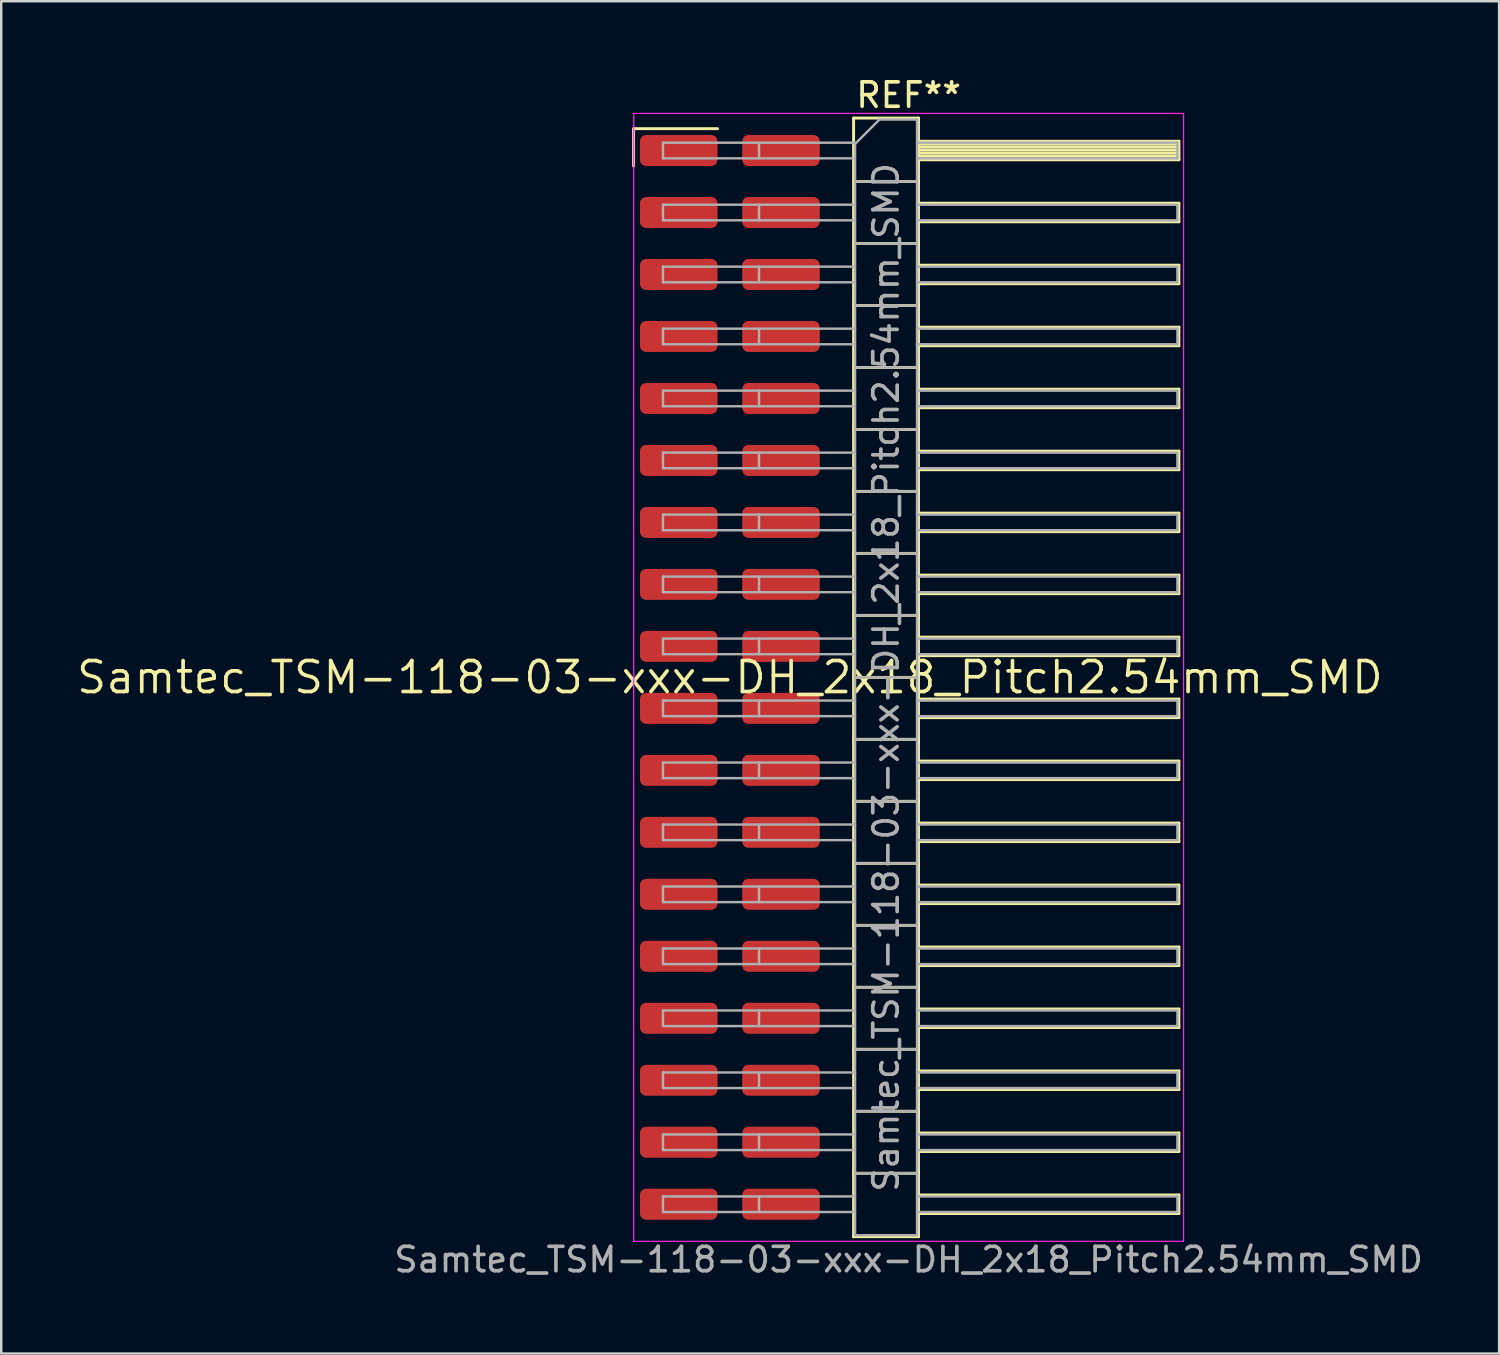
<source format=kicad_pcb>
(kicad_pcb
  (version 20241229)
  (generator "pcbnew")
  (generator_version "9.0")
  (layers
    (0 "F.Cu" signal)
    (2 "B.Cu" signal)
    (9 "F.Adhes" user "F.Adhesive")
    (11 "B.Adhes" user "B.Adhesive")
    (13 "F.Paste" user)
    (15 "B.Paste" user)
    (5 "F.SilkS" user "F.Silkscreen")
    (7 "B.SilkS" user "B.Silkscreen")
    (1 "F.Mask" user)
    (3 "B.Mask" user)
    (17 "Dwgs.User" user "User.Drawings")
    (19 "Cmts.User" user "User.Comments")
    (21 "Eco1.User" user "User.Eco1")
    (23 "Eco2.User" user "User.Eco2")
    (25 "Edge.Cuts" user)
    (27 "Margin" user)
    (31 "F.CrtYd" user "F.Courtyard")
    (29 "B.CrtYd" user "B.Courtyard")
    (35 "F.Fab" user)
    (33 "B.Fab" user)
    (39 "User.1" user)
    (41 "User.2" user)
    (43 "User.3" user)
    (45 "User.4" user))
  (footprint "Samtec_TSM-118-03-xxx-DH_2x18_Pitch2.54mm_SMD"
    (layer "F.Cu")
    (at 26.859 24.708)
    (property "Reference" "Samtec_TSM-118-03-xxx-DH_2x18_Pitch2.54mm_SMD" (at 0 0 0) (layer "F.SilkS") (effects (font (size 1.27 1.27) (thickness 0.15))))
    (attr smd)
    (fp_line (start -3.945 -22.485) (end -0.505 -22.485) (stroke (width 0.12) (type solid)) (layer "F.SilkS"))
    (fp_line (start -3.945 -20.955) (end -3.945 -22.485) (stroke (width 0.12) (type solid)) (layer "F.SilkS"))
    (fp_line (start 5.07 -22.92) (end 7.73 -22.92) (stroke (width 0.12) (type solid)) (layer "F.SilkS"))
    (fp_line (start 5.07 -20.32) (end 7.73 -20.32) (stroke (width 0.12) (type solid)) (layer "F.SilkS"))
    (fp_line (start 5.07 -17.78) (end 7.73 -17.78) (stroke (width 0.12) (type solid)) (layer "F.SilkS"))
    (fp_line (start 5.07 -15.24) (end 7.73 -15.24) (stroke (width 0.12) (type solid)) (layer "F.SilkS"))
    (fp_line (start 5.07 -12.7) (end 7.73 -12.7) (stroke (width 0.12) (type solid)) (layer "F.SilkS"))
    (fp_line (start 5.07 -10.16) (end 7.73 -10.16) (stroke (width 0.12) (type solid)) (layer "F.SilkS"))
    (fp_line (start 5.07 -7.62) (end 7.73 -7.62) (stroke (width 0.12) (type solid)) (layer "F.SilkS"))
    (fp_line (start 5.07 -5.08) (end 7.73 -5.08) (stroke (width 0.12) (type solid)) (layer "F.SilkS"))
    (fp_line (start 5.07 -2.54) (end 7.73 -2.54) (stroke (width 0.12) (type solid)) (layer "F.SilkS"))
    (fp_line (start 5.07 0) (end 7.73 0) (stroke (width 0.12) (type solid)) (layer "F.SilkS"))
    (fp_line (start 5.07 2.54) (end 7.73 2.54) (stroke (width 0.12) (type solid)) (layer "F.SilkS"))
    (fp_line (start 5.07 5.08) (end 7.73 5.08) (stroke (width 0.12) (type solid)) (layer "F.SilkS"))
    (fp_line (start 5.07 7.62) (end 7.73 7.62) (stroke (width 0.12) (type solid)) (layer "F.SilkS"))
    (fp_line (start 5.07 10.16) (end 7.73 10.16) (stroke (width 0.12) (type solid)) (layer "F.SilkS"))
    (fp_line (start 5.07 12.7) (end 7.73 12.7) (stroke (width 0.12) (type solid)) (layer "F.SilkS"))
    (fp_line (start 5.07 15.24) (end 7.73 15.24) (stroke (width 0.12) (type solid)) (layer "F.SilkS"))
    (fp_line (start 5.07 17.78) (end 7.73 17.78) (stroke (width 0.12) (type solid)) (layer "F.SilkS"))
    (fp_line (start 5.07 20.32) (end 7.73 20.32) (stroke (width 0.12) (type solid)) (layer "F.SilkS"))
    (fp_line (start 5.07 22.92) (end 5.07 -22.92) (stroke (width 0.12) (type solid)) (layer "F.SilkS"))
    (fp_line (start 7.73 -22.92) (end 7.73 22.92) (stroke (width 0.12) (type solid)) (layer "F.SilkS"))
    (fp_line (start 7.73 -21.97) (end 18.4 -21.97) (stroke (width 0.12) (type solid)) (layer "F.SilkS"))
    (fp_line (start 7.73 -21.85) (end 18.4 -21.85) (stroke (width 0.12) (type solid)) (layer "F.SilkS"))
    (fp_line (start 7.73 -21.73) (end 18.4 -21.73) (stroke (width 0.12) (type solid)) (layer "F.SilkS"))
    (fp_line (start 7.73 -21.61) (end 18.4 -21.61) (stroke (width 0.12) (type solid)) (layer "F.SilkS"))
    (fp_line (start 7.73 -21.49) (end 18.4 -21.49) (stroke (width 0.12) (type solid)) (layer "F.SilkS"))
    (fp_line (start 7.73 -21.37) (end 18.4 -21.37) (stroke (width 0.12) (type solid)) (layer "F.SilkS"))
    (fp_line (start 7.73 -21.25) (end 18.4 -21.25) (stroke (width 0.12) (type solid)) (layer "F.SilkS"))
    (fp_line (start 7.73 -21.21) (end 18.4 -21.21) (stroke (width 0.12) (type solid)) (layer "F.SilkS"))
    (fp_line (start 7.73 -19.43) (end 18.4 -19.43) (stroke (width 0.12) (type solid)) (layer "F.SilkS"))
    (fp_line (start 7.73 -18.67) (end 18.4 -18.67) (stroke (width 0.12) (type solid)) (layer "F.SilkS"))
    (fp_line (start 7.73 -16.89) (end 18.4 -16.89) (stroke (width 0.12) (type solid)) (layer "F.SilkS"))
    (fp_line (start 7.73 -16.13) (end 18.4 -16.13) (stroke (width 0.12) (type solid)) (layer "F.SilkS"))
    (fp_line (start 7.73 -14.35) (end 18.4 -14.35) (stroke (width 0.12) (type solid)) (layer "F.SilkS"))
    (fp_line (start 7.73 -13.59) (end 18.4 -13.59) (stroke (width 0.12) (type solid)) (layer "F.SilkS"))
    (fp_line (start 7.73 -11.81) (end 18.4 -11.81) (stroke (width 0.12) (type solid)) (layer "F.SilkS"))
    (fp_line (start 7.73 -11.05) (end 18.4 -11.05) (stroke (width 0.12) (type solid)) (layer "F.SilkS"))
    (fp_line (start 7.73 -9.27) (end 18.4 -9.27) (stroke (width 0.12) (type solid)) (layer "F.SilkS"))
    (fp_line (start 7.73 -8.51) (end 18.4 -8.51) (stroke (width 0.12) (type solid)) (layer "F.SilkS"))
    (fp_line (start 7.73 -6.73) (end 18.4 -6.73) (stroke (width 0.12) (type solid)) (layer "F.SilkS"))
    (fp_line (start 7.73 -5.97) (end 18.4 -5.97) (stroke (width 0.12) (type solid)) (layer "F.SilkS"))
    (fp_line (start 7.73 -4.19) (end 18.4 -4.19) (stroke (width 0.12) (type solid)) (layer "F.SilkS"))
    (fp_line (start 7.73 -3.43) (end 18.4 -3.43) (stroke (width 0.12) (type solid)) (layer "F.SilkS"))
    (fp_line (start 7.73 -1.65) (end 18.4 -1.65) (stroke (width 0.12) (type solid)) (layer "F.SilkS"))
    (fp_line (start 7.73 -0.89) (end 18.4 -0.89) (stroke (width 0.12) (type solid)) (layer "F.SilkS"))
    (fp_line (start 7.73 0.89) (end 18.4 0.89) (stroke (width 0.12) (type solid)) (layer "F.SilkS"))
    (fp_line (start 7.73 1.65) (end 18.4 1.65) (stroke (width 0.12) (type solid)) (layer "F.SilkS"))
    (fp_line (start 7.73 3.43) (end 18.4 3.43) (stroke (width 0.12) (type solid)) (layer "F.SilkS"))
    (fp_line (start 7.73 4.19) (end 18.4 4.19) (stroke (width 0.12) (type solid)) (layer "F.SilkS"))
    (fp_line (start 7.73 5.97) (end 18.4 5.97) (stroke (width 0.12) (type solid)) (layer "F.SilkS"))
    (fp_line (start 7.73 6.73) (end 18.4 6.73) (stroke (width 0.12) (type solid)) (layer "F.SilkS"))
    (fp_line (start 7.73 8.51) (end 18.4 8.51) (stroke (width 0.12) (type solid)) (layer "F.SilkS"))
    (fp_line (start 7.73 9.27) (end 18.4 9.27) (stroke (width 0.12) (type solid)) (layer "F.SilkS"))
    (fp_line (start 7.73 11.05) (end 18.4 11.05) (stroke (width 0.12) (type solid)) (layer "F.SilkS"))
    (fp_line (start 7.73 11.81) (end 18.4 11.81) (stroke (width 0.12) (type solid)) (layer "F.SilkS"))
    (fp_line (start 7.73 13.59) (end 18.4 13.59) (stroke (width 0.12) (type solid)) (layer "F.SilkS"))
    (fp_line (start 7.73 14.35) (end 18.4 14.35) (stroke (width 0.12) (type solid)) (layer "F.SilkS"))
    (fp_line (start 7.73 16.13) (end 18.4 16.13) (stroke (width 0.12) (type solid)) (layer "F.SilkS"))
    (fp_line (start 7.73 16.89) (end 18.4 16.89) (stroke (width 0.12) (type solid)) (layer "F.SilkS"))
    (fp_line (start 7.73 18.67) (end 18.4 18.67) (stroke (width 0.12) (type solid)) (layer "F.SilkS"))
    (fp_line (start 7.73 19.43) (end 18.4 19.43) (stroke (width 0.12) (type solid)) (layer "F.SilkS"))
    (fp_line (start 7.73 21.21) (end 18.4 21.21) (stroke (width 0.12) (type solid)) (layer "F.SilkS"))
    (fp_line (start 7.73 21.97) (end 18.4 21.97) (stroke (width 0.12) (type solid)) (layer "F.SilkS"))
    (fp_line (start 7.73 22.92) (end 5.07 22.92) (stroke (width 0.12) (type solid)) (layer "F.SilkS"))
    (fp_line (start 18.4 -21.97) (end 18.4 -21.21) (stroke (width 0.12) (type solid)) (layer "F.SilkS"))
    (fp_line (start 18.4 -19.43) (end 18.4 -18.67) (stroke (width 0.12) (type solid)) (layer "F.SilkS"))
    (fp_line (start 18.4 -16.89) (end 18.4 -16.13) (stroke (width 0.12) (type solid)) (layer "F.SilkS"))
    (fp_line (start 18.4 -14.35) (end 18.4 -13.59) (stroke (width 0.12) (type solid)) (layer "F.SilkS"))
    (fp_line (start 18.4 -11.81) (end 18.4 -11.05) (stroke (width 0.12) (type solid)) (layer "F.SilkS"))
    (fp_line (start 18.4 -9.27) (end 18.4 -8.51) (stroke (width 0.12) (type solid)) (layer "F.SilkS"))
    (fp_line (start 18.4 -6.73) (end 18.4 -5.97) (stroke (width 0.12) (type solid)) (layer "F.SilkS"))
    (fp_line (start 18.4 -4.19) (end 18.4 -3.43) (stroke (width 0.12) (type solid)) (layer "F.SilkS"))
    (fp_line (start 18.4 -1.65) (end 18.4 -0.89) (stroke (width 0.12) (type solid)) (layer "F.SilkS"))
    (fp_line (start 18.4 0.89) (end 18.4 1.65) (stroke (width 0.12) (type solid)) (layer "F.SilkS"))
    (fp_line (start 18.4 3.43) (end 18.4 4.19) (stroke (width 0.12) (type solid)) (layer "F.SilkS"))
    (fp_line (start 18.4 5.97) (end 18.4 6.73) (stroke (width 0.12) (type solid)) (layer "F.SilkS"))
    (fp_line (start 18.4 8.51) (end 18.4 9.27) (stroke (width 0.12) (type solid)) (layer "F.SilkS"))
    (fp_line (start 18.4 11.05) (end 18.4 11.81) (stroke (width 0.12) (type solid)) (layer "F.SilkS"))
    (fp_line (start 18.4 13.59) (end 18.4 14.35) (stroke (width 0.12) (type solid)) (layer "F.SilkS"))
    (fp_line (start 18.4 16.13) (end 18.4 16.89) (stroke (width 0.12) (type solid)) (layer "F.SilkS"))
    (fp_line (start 18.4 18.67) (end 18.4 19.43) (stroke (width 0.12) (type solid)) (layer "F.SilkS"))
    (fp_line (start 18.4 21.21) (end 18.4 21.97) (stroke (width 0.12) (type solid)) (layer "F.SilkS"))
    (fp_line (start -3.94 -23.11) (end 18.59 -23.11) (stroke (width 0.05) (type solid)) (layer "F.CrtYd"))
    (fp_line (start -3.94 23.11) (end -3.94 -23.11) (stroke (width 0.05) (type solid)) (layer "F.CrtYd"))
    (fp_line (start 18.59 -23.11) (end 18.59 23.11) (stroke (width 0.05) (type solid)) (layer "F.CrtYd"))
    (fp_line (start 18.59 23.11) (end -3.94 23.11) (stroke (width 0.05) (type solid)) (layer "F.CrtYd"))
    (fp_line (start -2.74 -21.91) (end -2.74 -21.27) (stroke (width 0.1) (type solid)) (layer "F.Fab"))
    (fp_line (start -2.74 -21.91) (end 5.13 -21.91) (stroke (width 0.1) (type solid)) (layer "F.Fab"))
    (fp_line (start -2.74 -21.27) (end 5.13 -21.27) (stroke (width 0.1) (type solid)) (layer "F.Fab"))
    (fp_line (start -2.74 -19.37) (end -2.74 -18.73) (stroke (width 0.1) (type solid)) (layer "F.Fab"))
    (fp_line (start -2.74 -19.37) (end 5.13 -19.37) (stroke (width 0.1) (type solid)) (layer "F.Fab"))
    (fp_line (start -2.74 -18.73) (end 5.13 -18.73) (stroke (width 0.1) (type solid)) (layer "F.Fab"))
    (fp_line (start -2.74 -16.83) (end -2.74 -16.19) (stroke (width 0.1) (type solid)) (layer "F.Fab"))
    (fp_line (start -2.74 -16.83) (end 5.13 -16.83) (stroke (width 0.1) (type solid)) (layer "F.Fab"))
    (fp_line (start -2.74 -16.19) (end 5.13 -16.19) (stroke (width 0.1) (type solid)) (layer "F.Fab"))
    (fp_line (start -2.74 -14.29) (end -2.74 -13.65) (stroke (width 0.1) (type solid)) (layer "F.Fab"))
    (fp_line (start -2.74 -14.29) (end 5.13 -14.29) (stroke (width 0.1) (type solid)) (layer "F.Fab"))
    (fp_line (start -2.74 -13.65) (end 5.13 -13.65) (stroke (width 0.1) (type solid)) (layer "F.Fab"))
    (fp_line (start -2.74 -11.75) (end -2.74 -11.11) (stroke (width 0.1) (type solid)) (layer "F.Fab"))
    (fp_line (start -2.74 -11.75) (end 5.13 -11.75) (stroke (width 0.1) (type solid)) (layer "F.Fab"))
    (fp_line (start -2.74 -11.11) (end 5.13 -11.11) (stroke (width 0.1) (type solid)) (layer "F.Fab"))
    (fp_line (start -2.74 -9.21) (end -2.74 -8.57) (stroke (width 0.1) (type solid)) (layer "F.Fab"))
    (fp_line (start -2.74 -9.21) (end 5.13 -9.21) (stroke (width 0.1) (type solid)) (layer "F.Fab"))
    (fp_line (start -2.74 -8.57) (end 5.13 -8.57) (stroke (width 0.1) (type solid)) (layer "F.Fab"))
    (fp_line (start -2.74 -6.67) (end -2.74 -6.03) (stroke (width 0.1) (type solid)) (layer "F.Fab"))
    (fp_line (start -2.74 -6.67) (end 5.13 -6.67) (stroke (width 0.1) (type solid)) (layer "F.Fab"))
    (fp_line (start -2.74 -6.03) (end 5.13 -6.03) (stroke (width 0.1) (type solid)) (layer "F.Fab"))
    (fp_line (start -2.74 -4.13) (end -2.74 -3.49) (stroke (width 0.1) (type solid)) (layer "F.Fab"))
    (fp_line (start -2.74 -4.13) (end 5.13 -4.13) (stroke (width 0.1) (type solid)) (layer "F.Fab"))
    (fp_line (start -2.74 -3.49) (end 5.13 -3.49) (stroke (width 0.1) (type solid)) (layer "F.Fab"))
    (fp_line (start -2.74 -1.59) (end -2.74 -0.95) (stroke (width 0.1) (type solid)) (layer "F.Fab"))
    (fp_line (start -2.74 -1.59) (end 5.13 -1.59) (stroke (width 0.1) (type solid)) (layer "F.Fab"))
    (fp_line (start -2.74 -0.95) (end 5.13 -0.95) (stroke (width 0.1) (type solid)) (layer "F.Fab"))
    (fp_line (start -2.74 0.95) (end -2.74 1.59) (stroke (width 0.1) (type solid)) (layer "F.Fab"))
    (fp_line (start -2.74 0.95) (end 5.13 0.95) (stroke (width 0.1) (type solid)) (layer "F.Fab"))
    (fp_line (start -2.74 1.59) (end 5.13 1.59) (stroke (width 0.1) (type solid)) (layer "F.Fab"))
    (fp_line (start -2.74 3.49) (end -2.74 4.13) (stroke (width 0.1) (type solid)) (layer "F.Fab"))
    (fp_line (start -2.74 3.49) (end 5.13 3.49) (stroke (width 0.1) (type solid)) (layer "F.Fab"))
    (fp_line (start -2.74 4.13) (end 5.13 4.13) (stroke (width 0.1) (type solid)) (layer "F.Fab"))
    (fp_line (start -2.74 6.03) (end -2.74 6.67) (stroke (width 0.1) (type solid)) (layer "F.Fab"))
    (fp_line (start -2.74 6.03) (end 5.13 6.03) (stroke (width 0.1) (type solid)) (layer "F.Fab"))
    (fp_line (start -2.74 6.67) (end 5.13 6.67) (stroke (width 0.1) (type solid)) (layer "F.Fab"))
    (fp_line (start -2.74 8.57) (end -2.74 9.21) (stroke (width 0.1) (type solid)) (layer "F.Fab"))
    (fp_line (start -2.74 8.57) (end 5.13 8.57) (stroke (width 0.1) (type solid)) (layer "F.Fab"))
    (fp_line (start -2.74 9.21) (end 5.13 9.21) (stroke (width 0.1) (type solid)) (layer "F.Fab"))
    (fp_line (start -2.74 11.11) (end -2.74 11.75) (stroke (width 0.1) (type solid)) (layer "F.Fab"))
    (fp_line (start -2.74 11.11) (end 5.13 11.11) (stroke (width 0.1) (type solid)) (layer "F.Fab"))
    (fp_line (start -2.74 11.75) (end 5.13 11.75) (stroke (width 0.1) (type solid)) (layer "F.Fab"))
    (fp_line (start -2.74 13.65) (end -2.74 14.29) (stroke (width 0.1) (type solid)) (layer "F.Fab"))
    (fp_line (start -2.74 13.65) (end 5.13 13.65) (stroke (width 0.1) (type solid)) (layer "F.Fab"))
    (fp_line (start -2.74 14.29) (end 5.13 14.29) (stroke (width 0.1) (type solid)) (layer "F.Fab"))
    (fp_line (start -2.74 16.19) (end -2.74 16.83) (stroke (width 0.1) (type solid)) (layer "F.Fab"))
    (fp_line (start -2.74 16.19) (end 5.13 16.19) (stroke (width 0.1) (type solid)) (layer "F.Fab"))
    (fp_line (start -2.74 16.83) (end 5.13 16.83) (stroke (width 0.1) (type solid)) (layer "F.Fab"))
    (fp_line (start -2.74 18.73) (end -2.74 19.37) (stroke (width 0.1) (type solid)) (layer "F.Fab"))
    (fp_line (start -2.74 18.73) (end 5.13 18.73) (stroke (width 0.1) (type solid)) (layer "F.Fab"))
    (fp_line (start -2.74 19.37) (end 5.13 19.37) (stroke (width 0.1) (type solid)) (layer "F.Fab"))
    (fp_line (start -2.74 21.27) (end -2.74 21.91) (stroke (width 0.1) (type solid)) (layer "F.Fab"))
    (fp_line (start -2.74 21.27) (end 5.13 21.27) (stroke (width 0.1) (type solid)) (layer "F.Fab"))
    (fp_line (start -2.74 21.91) (end 5.13 21.91) (stroke (width 0.1) (type solid)) (layer "F.Fab"))
    (fp_line (start 1.195 -21.91) (end 1.195 -21.27) (stroke (width 0.1) (type solid)) (layer "F.Fab"))
    (fp_line (start 1.195 -19.37) (end 1.195 -18.73) (stroke (width 0.1) (type solid)) (layer "F.Fab"))
    (fp_line (start 1.195 -16.83) (end 1.195 -16.19) (stroke (width 0.1) (type solid)) (layer "F.Fab"))
    (fp_line (start 1.195 -14.29) (end 1.195 -13.65) (stroke (width 0.1) (type solid)) (layer "F.Fab"))
    (fp_line (start 1.195 -11.75) (end 1.195 -11.11) (stroke (width 0.1) (type solid)) (layer "F.Fab"))
    (fp_line (start 1.195 -9.21) (end 1.195 -8.57) (stroke (width 0.1) (type solid)) (layer "F.Fab"))
    (fp_line (start 1.195 -6.67) (end 1.195 -6.03) (stroke (width 0.1) (type solid)) (layer "F.Fab"))
    (fp_line (start 1.195 -4.13) (end 1.195 -3.49) (stroke (width 0.1) (type solid)) (layer "F.Fab"))
    (fp_line (start 1.195 -1.59) (end 1.195 -0.95) (stroke (width 0.1) (type solid)) (layer "F.Fab"))
    (fp_line (start 1.195 0.95) (end 1.195 1.59) (stroke (width 0.1) (type solid)) (layer "F.Fab"))
    (fp_line (start 1.195 3.49) (end 1.195 4.13) (stroke (width 0.1) (type solid)) (layer "F.Fab"))
    (fp_line (start 1.195 6.03) (end 1.195 6.67) (stroke (width 0.1) (type solid)) (layer "F.Fab"))
    (fp_line (start 1.195 8.57) (end 1.195 9.21) (stroke (width 0.1) (type solid)) (layer "F.Fab"))
    (fp_line (start 1.195 11.11) (end 1.195 11.75) (stroke (width 0.1) (type solid)) (layer "F.Fab"))
    (fp_line (start 1.195 13.65) (end 1.195 14.29) (stroke (width 0.1) (type solid)) (layer "F.Fab"))
    (fp_line (start 1.195 16.19) (end 1.195 16.83) (stroke (width 0.1) (type solid)) (layer "F.Fab"))
    (fp_line (start 1.195 18.73) (end 1.195 19.37) (stroke (width 0.1) (type solid)) (layer "F.Fab"))
    (fp_line (start 1.195 21.27) (end 1.195 21.91) (stroke (width 0.1) (type solid)) (layer "F.Fab"))
    (fp_line (start 5.13 -21.86) (end 6.13 -22.86) (stroke (width 0.1) (type solid)) (layer "F.Fab"))
    (fp_line (start 5.13 -20.32) (end 7.67 -20.32) (stroke (width 0.1) (type solid)) (layer "F.Fab"))
    (fp_line (start 5.13 -17.78) (end 7.67 -17.78) (stroke (width 0.1) (type solid)) (layer "F.Fab"))
    (fp_line (start 5.13 -15.24) (end 7.67 -15.24) (stroke (width 0.1) (type solid)) (layer "F.Fab"))
    (fp_line (start 5.13 -12.7) (end 7.67 -12.7) (stroke (width 0.1) (type solid)) (layer "F.Fab"))
    (fp_line (start 5.13 -10.16) (end 7.67 -10.16) (stroke (width 0.1) (type solid)) (layer "F.Fab"))
    (fp_line (start 5.13 -7.62) (end 7.67 -7.62) (stroke (width 0.1) (type solid)) (layer "F.Fab"))
    (fp_line (start 5.13 -5.08) (end 7.67 -5.08) (stroke (width 0.1) (type solid)) (layer "F.Fab"))
    (fp_line (start 5.13 -2.54) (end 7.67 -2.54) (stroke (width 0.1) (type solid)) (layer "F.Fab"))
    (fp_line (start 5.13 0) (end 7.67 0) (stroke (width 0.1) (type solid)) (layer "F.Fab"))
    (fp_line (start 5.13 2.54) (end 7.67 2.54) (stroke (width 0.1) (type solid)) (layer "F.Fab"))
    (fp_line (start 5.13 5.08) (end 7.67 5.08) (stroke (width 0.1) (type solid)) (layer "F.Fab"))
    (fp_line (start 5.13 7.62) (end 7.67 7.62) (stroke (width 0.1) (type solid)) (layer "F.Fab"))
    (fp_line (start 5.13 10.16) (end 7.67 10.16) (stroke (width 0.1) (type solid)) (layer "F.Fab"))
    (fp_line (start 5.13 12.7) (end 7.67 12.7) (stroke (width 0.1) (type solid)) (layer "F.Fab"))
    (fp_line (start 5.13 15.24) (end 7.67 15.24) (stroke (width 0.1) (type solid)) (layer "F.Fab"))
    (fp_line (start 5.13 17.78) (end 7.67 17.78) (stroke (width 0.1) (type solid)) (layer "F.Fab"))
    (fp_line (start 5.13 20.32) (end 7.67 20.32) (stroke (width 0.1) (type solid)) (layer "F.Fab"))
    (fp_line (start 5.13 22.86) (end 5.13 -21.86) (stroke (width 0.1) (type solid)) (layer "F.Fab"))
    (fp_line (start 6.13 -22.86) (end 7.67 -22.86) (stroke (width 0.1) (type solid)) (layer "F.Fab"))
    (fp_line (start 7.67 -22.86) (end 7.67 22.86) (stroke (width 0.1) (type solid)) (layer "F.Fab"))
    (fp_line (start 7.67 -21.91) (end 18.34 -21.91) (stroke (width 0.1) (type solid)) (layer "F.Fab"))
    (fp_line (start 7.67 -21.27) (end 18.34 -21.27) (stroke (width 0.1) (type solid)) (layer "F.Fab"))
    (fp_line (start 7.67 -19.37) (end 18.34 -19.37) (stroke (width 0.1) (type solid)) (layer "F.Fab"))
    (fp_line (start 7.67 -18.73) (end 18.34 -18.73) (stroke (width 0.1) (type solid)) (layer "F.Fab"))
    (fp_line (start 7.67 -16.83) (end 18.34 -16.83) (stroke (width 0.1) (type solid)) (layer "F.Fab"))
    (fp_line (start 7.67 -16.19) (end 18.34 -16.19) (stroke (width 0.1) (type solid)) (layer "F.Fab"))
    (fp_line (start 7.67 -14.29) (end 18.34 -14.29) (stroke (width 0.1) (type solid)) (layer "F.Fab"))
    (fp_line (start 7.67 -13.65) (end 18.34 -13.65) (stroke (width 0.1) (type solid)) (layer "F.Fab"))
    (fp_line (start 7.67 -11.75) (end 18.34 -11.75) (stroke (width 0.1) (type solid)) (layer "F.Fab"))
    (fp_line (start 7.67 -11.11) (end 18.34 -11.11) (stroke (width 0.1) (type solid)) (layer "F.Fab"))
    (fp_line (start 7.67 -9.21) (end 18.34 -9.21) (stroke (width 0.1) (type solid)) (layer "F.Fab"))
    (fp_line (start 7.67 -8.57) (end 18.34 -8.57) (stroke (width 0.1) (type solid)) (layer "F.Fab"))
    (fp_line (start 7.67 -6.67) (end 18.34 -6.67) (stroke (width 0.1) (type solid)) (layer "F.Fab"))
    (fp_line (start 7.67 -6.03) (end 18.34 -6.03) (stroke (width 0.1) (type solid)) (layer "F.Fab"))
    (fp_line (start 7.67 -4.13) (end 18.34 -4.13) (stroke (width 0.1) (type solid)) (layer "F.Fab"))
    (fp_line (start 7.67 -3.49) (end 18.34 -3.49) (stroke (width 0.1) (type solid)) (layer "F.Fab"))
    (fp_line (start 7.67 -1.59) (end 18.34 -1.59) (stroke (width 0.1) (type solid)) (layer "F.Fab"))
    (fp_line (start 7.67 -0.95) (end 18.34 -0.95) (stroke (width 0.1) (type solid)) (layer "F.Fab"))
    (fp_line (start 7.67 0.95) (end 18.34 0.95) (stroke (width 0.1) (type solid)) (layer "F.Fab"))
    (fp_line (start 7.67 1.59) (end 18.34 1.59) (stroke (width 0.1) (type solid)) (layer "F.Fab"))
    (fp_line (start 7.67 3.49) (end 18.34 3.49) (stroke (width 0.1) (type solid)) (layer "F.Fab"))
    (fp_line (start 7.67 4.13) (end 18.34 4.13) (stroke (width 0.1) (type solid)) (layer "F.Fab"))
    (fp_line (start 7.67 6.03) (end 18.34 6.03) (stroke (width 0.1) (type solid)) (layer "F.Fab"))
    (fp_line (start 7.67 6.67) (end 18.34 6.67) (stroke (width 0.1) (type solid)) (layer "F.Fab"))
    (fp_line (start 7.67 8.57) (end 18.34 8.57) (stroke (width 0.1) (type solid)) (layer "F.Fab"))
    (fp_line (start 7.67 9.21) (end 18.34 9.21) (stroke (width 0.1) (type solid)) (layer "F.Fab"))
    (fp_line (start 7.67 11.11) (end 18.34 11.11) (stroke (width 0.1) (type solid)) (layer "F.Fab"))
    (fp_line (start 7.67 11.75) (end 18.34 11.75) (stroke (width 0.1) (type solid)) (layer "F.Fab"))
    (fp_line (start 7.67 13.65) (end 18.34 13.65) (stroke (width 0.1) (type solid)) (layer "F.Fab"))
    (fp_line (start 7.67 14.29) (end 18.34 14.29) (stroke (width 0.1) (type solid)) (layer "F.Fab"))
    (fp_line (start 7.67 16.19) (end 18.34 16.19) (stroke (width 0.1) (type solid)) (layer "F.Fab"))
    (fp_line (start 7.67 16.83) (end 18.34 16.83) (stroke (width 0.1) (type solid)) (layer "F.Fab"))
    (fp_line (start 7.67 18.73) (end 18.34 18.73) (stroke (width 0.1) (type solid)) (layer "F.Fab"))
    (fp_line (start 7.67 19.37) (end 18.34 19.37) (stroke (width 0.1) (type solid)) (layer "F.Fab"))
    (fp_line (start 7.67 21.27) (end 18.34 21.27) (stroke (width 0.1) (type solid)) (layer "F.Fab"))
    (fp_line (start 7.67 21.91) (end 18.34 21.91) (stroke (width 0.1) (type solid)) (layer "F.Fab"))
    (fp_line (start 7.67 22.86) (end 5.13 22.86) (stroke (width 0.1) (type solid)) (layer "F.Fab"))
    (fp_line (start 18.34 -21.91) (end 18.34 -21.27) (stroke (width 0.1) (type solid)) (layer "F.Fab"))
    (fp_line (start 18.34 -19.37) (end 18.34 -18.73) (stroke (width 0.1) (type solid)) (layer "F.Fab"))
    (fp_line (start 18.34 -16.83) (end 18.34 -16.19) (stroke (width 0.1) (type solid)) (layer "F.Fab"))
    (fp_line (start 18.34 -14.29) (end 18.34 -13.65) (stroke (width 0.1) (type solid)) (layer "F.Fab"))
    (fp_line (start 18.34 -11.75) (end 18.34 -11.11) (stroke (width 0.1) (type solid)) (layer "F.Fab"))
    (fp_line (start 18.34 -9.21) (end 18.34 -8.57) (stroke (width 0.1) (type solid)) (layer "F.Fab"))
    (fp_line (start 18.34 -6.67) (end 18.34 -6.03) (stroke (width 0.1) (type solid)) (layer "F.Fab"))
    (fp_line (start 18.34 -4.13) (end 18.34 -3.49) (stroke (width 0.1) (type solid)) (layer "F.Fab"))
    (fp_line (start 18.34 -1.59) (end 18.34 -0.95) (stroke (width 0.1) (type solid)) (layer "F.Fab"))
    (fp_line (start 18.34 0.95) (end 18.34 1.59) (stroke (width 0.1) (type solid)) (layer "F.Fab"))
    (fp_line (start 18.34 3.49) (end 18.34 4.13) (stroke (width 0.1) (type solid)) (layer "F.Fab"))
    (fp_line (start 18.34 6.03) (end 18.34 6.67) (stroke (width 0.1) (type solid)) (layer "F.Fab"))
    (fp_line (start 18.34 8.57) (end 18.34 9.21) (stroke (width 0.1) (type solid)) (layer "F.Fab"))
    (fp_line (start 18.34 11.11) (end 18.34 11.75) (stroke (width 0.1) (type solid)) (layer "F.Fab"))
    (fp_line (start 18.34 13.65) (end 18.34 14.29) (stroke (width 0.1) (type solid)) (layer "F.Fab"))
    (fp_line (start 18.34 16.19) (end 18.34 16.83) (stroke (width 0.1) (type solid)) (layer "F.Fab"))
    (fp_line (start 18.34 18.73) (end 18.34 19.37) (stroke (width 0.1) (type solid)) (layer "F.Fab"))
    (fp_line (start 18.34 21.27) (end 18.34 21.91) (stroke (width 0.1) (type solid)) (layer "F.Fab"))
    (fp_text user "REF**" (at 7.325 -23.86 0) (layer "F.SilkS") (effects (font (size 1 1) (thickness 0.15))))
    (fp_text user "Samtec_TSM-118-03-xxx-DH_2x18_Pitch2.54mm_SMD" (at 7.325 23.86 0) (layer "F.Fab") (effects (font (size 1 1) (thickness 0.15))))
    (fp_text user "${REFERENCE}" (at 6.4 0 90) (layer "F.Fab") (effects (font (size 1 1) (thickness 0.15))))
    (pad "1" smd roundrect (at -2.095 -21.59) (size 3.18 1.27) (layers "F.Cu" "F.Mask" "F.Paste") (roundrect_rratio 0.197))
    (pad "2" smd roundrect (at 2.095 -21.59) (size 3.18 1.27) (layers "F.Cu" "F.Mask" "F.Paste") (roundrect_rratio 0.197))
    (pad "3" smd roundrect (at -2.095 -19.05) (size 3.18 1.27) (layers "F.Cu" "F.Mask" "F.Paste") (roundrect_rratio 0.197))
    (pad "4" smd roundrect (at 2.095 -19.05) (size 3.18 1.27) (layers "F.Cu" "F.Mask" "F.Paste") (roundrect_rratio 0.197))
    (pad "5" smd roundrect (at -2.095 -16.51) (size 3.18 1.27) (layers "F.Cu" "F.Mask" "F.Paste") (roundrect_rratio 0.197))
    (pad "6" smd roundrect (at 2.095 -16.51) (size 3.18 1.27) (layers "F.Cu" "F.Mask" "F.Paste") (roundrect_rratio 0.197))
    (pad "7" smd roundrect (at -2.095 -13.97) (size 3.18 1.27) (layers "F.Cu" "F.Mask" "F.Paste") (roundrect_rratio 0.197))
    (pad "8" smd roundrect (at 2.095 -13.97) (size 3.18 1.27) (layers "F.Cu" "F.Mask" "F.Paste") (roundrect_rratio 0.197))
    (pad "9" smd roundrect (at -2.095 -11.43) (size 3.18 1.27) (layers "F.Cu" "F.Mask" "F.Paste") (roundrect_rratio 0.197))
    (pad "10" smd roundrect (at 2.095 -11.43) (size 3.18 1.27) (layers "F.Cu" "F.Mask" "F.Paste") (roundrect_rratio 0.197))
    (pad "11" smd roundrect (at -2.095 -8.89) (size 3.18 1.27) (layers "F.Cu" "F.Mask" "F.Paste") (roundrect_rratio 0.197))
    (pad "12" smd roundrect (at 2.095 -8.89) (size 3.18 1.27) (layers "F.Cu" "F.Mask" "F.Paste") (roundrect_rratio 0.197))
    (pad "13" smd roundrect (at -2.095 -6.35) (size 3.18 1.27) (layers "F.Cu" "F.Mask" "F.Paste") (roundrect_rratio 0.197))
    (pad "14" smd roundrect (at 2.095 -6.35) (size 3.18 1.27) (layers "F.Cu" "F.Mask" "F.Paste") (roundrect_rratio 0.197))
    (pad "15" smd roundrect (at -2.095 -3.81) (size 3.18 1.27) (layers "F.Cu" "F.Mask" "F.Paste") (roundrect_rratio 0.197))
    (pad "16" smd roundrect (at 2.095 -3.81) (size 3.18 1.27) (layers "F.Cu" "F.Mask" "F.Paste") (roundrect_rratio 0.197))
    (pad "17" smd roundrect (at -2.095 -1.27) (size 3.18 1.27) (layers "F.Cu" "F.Mask" "F.Paste") (roundrect_rratio 0.197))
    (pad "18" smd roundrect (at 2.095 -1.27) (size 3.18 1.27) (layers "F.Cu" "F.Mask" "F.Paste") (roundrect_rratio 0.197))
    (pad "19" smd roundrect (at -2.095 1.27) (size 3.18 1.27) (layers "F.Cu" "F.Mask" "F.Paste") (roundrect_rratio 0.197))
    (pad "20" smd roundrect (at 2.095 1.27) (size 3.18 1.27) (layers "F.Cu" "F.Mask" "F.Paste") (roundrect_rratio 0.197))
    (pad "21" smd roundrect (at -2.095 3.81) (size 3.18 1.27) (layers "F.Cu" "F.Mask" "F.Paste") (roundrect_rratio 0.197))
    (pad "22" smd roundrect (at 2.095 3.81) (size 3.18 1.27) (layers "F.Cu" "F.Mask" "F.Paste") (roundrect_rratio 0.197))
    (pad "23" smd roundrect (at -2.095 6.35) (size 3.18 1.27) (layers "F.Cu" "F.Mask" "F.Paste") (roundrect_rratio 0.197))
    (pad "24" smd roundrect (at 2.095 6.35) (size 3.18 1.27) (layers "F.Cu" "F.Mask" "F.Paste") (roundrect_rratio 0.197))
    (pad "25" smd roundrect (at -2.095 8.89) (size 3.18 1.27) (layers "F.Cu" "F.Mask" "F.Paste") (roundrect_rratio 0.197))
    (pad "26" smd roundrect (at 2.095 8.89) (size 3.18 1.27) (layers "F.Cu" "F.Mask" "F.Paste") (roundrect_rratio 0.197))
    (pad "27" smd roundrect (at -2.095 11.43) (size 3.18 1.27) (layers "F.Cu" "F.Mask" "F.Paste") (roundrect_rratio 0.197))
    (pad "28" smd roundrect (at 2.095 11.43) (size 3.18 1.27) (layers "F.Cu" "F.Mask" "F.Paste") (roundrect_rratio 0.197))
    (pad "29" smd roundrect (at -2.095 13.97) (size 3.18 1.27) (layers "F.Cu" "F.Mask" "F.Paste") (roundrect_rratio 0.197))
    (pad "30" smd roundrect (at 2.095 13.97) (size 3.18 1.27) (layers "F.Cu" "F.Mask" "F.Paste") (roundrect_rratio 0.197))
    (pad "31" smd roundrect (at -2.095 16.51) (size 3.18 1.27) (layers "F.Cu" "F.Mask" "F.Paste") (roundrect_rratio 0.197))
    (pad "32" smd roundrect (at 2.095 16.51) (size 3.18 1.27) (layers "F.Cu" "F.Mask" "F.Paste") (roundrect_rratio 0.197))
    (pad "33" smd roundrect (at -2.095 19.05) (size 3.18 1.27) (layers "F.Cu" "F.Mask" "F.Paste") (roundrect_rratio 0.197))
    (pad "34" smd roundrect (at 2.095 19.05) (size 3.18 1.27) (layers "F.Cu" "F.Mask" "F.Paste") (roundrect_rratio 0.197))
    (pad "35" smd roundrect (at -2.095 21.59) (size 3.18 1.27) (layers "F.Cu" "F.Mask" "F.Paste") (roundrect_rratio 0.197))
    (pad "36" smd roundrect (at 2.095 21.59) (size 3.18 1.27) (layers "F.Cu" "F.Mask" "F.Paste") (roundrect_rratio 0.197)))
  (gr_rect
    (start -3 -3)
    (end 58.38 52.416)
    (stroke (width 0.1) (type default))
    (fill no)
    (layer "Edge.Cuts")))
</source>
